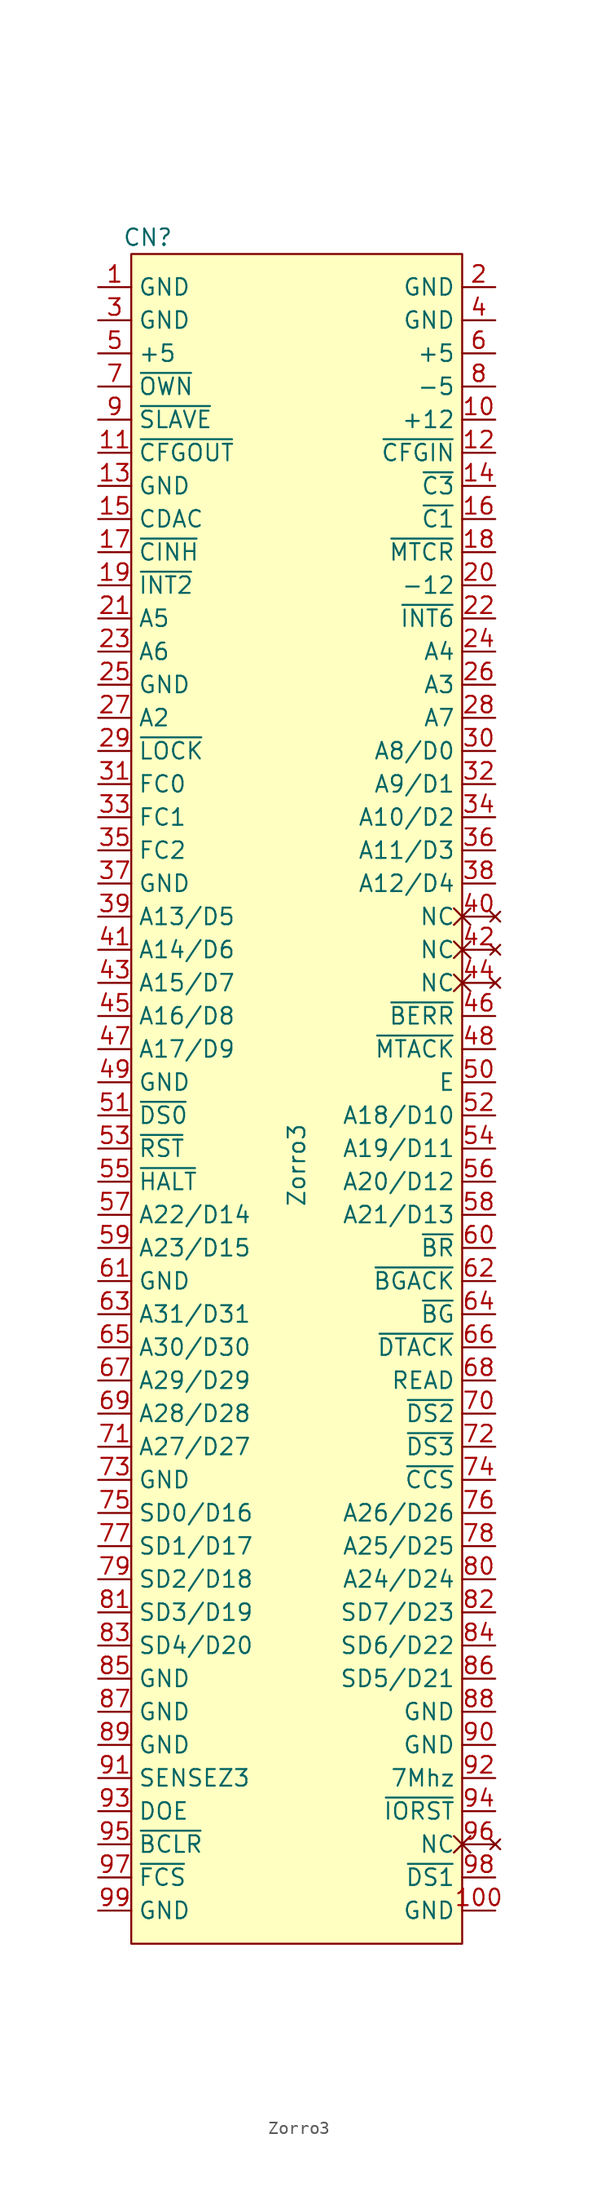
<source format=kicad_sym>
(kicad_symbol_lib
  (version 20211014)
  (generator kicad_symbol_editor)
  (symbol "Zorro3"
    (property "Reference" "CN"
      (at 1.27 1.27 0)
      (effects (font (size 1.27 1.27))))
    (property "Value" "Zorro3"
      (at 12.7 -69.85 90)
      (effects (font (size 1.27 1.27))))
    (symbol "Zorro3_0_1"
      (rectangle (start 0 0) (end 25.4 -129.54) (stroke (width 0) (type default) (color 0 0 0 0)) (fill (type background))))
    (symbol "Zorro3_1_1"
      (pin power_out line (at -2.54 -2.54 0) (length 2.54) (name "GND" (effects (font (size 1.27 1.27)))) (number "1" (effects (font (size 1.27 1.27)))))
      (pin power_out line (at 27.94 -12.7 180) (length 2.54) (name "+12" (effects (font (size 1.27 1.27)))) (number "10" (effects (font (size 1.27 1.27)))))
      (pin power_out line (at 27.94 -127 180) (length 2.54) (name "GND" (effects (font (size 1.27 1.27)))) (number "100" (effects (font (size 1.27 1.27)))))
      (pin input line (at -2.54 -15.24 0) (length 2.54) (name "~{CFGOUT}" (effects (font (size 1.27 1.27)))) (number "11" (effects (font (size 1.27 1.27)))))
      (pin output line (at 27.94 -15.24 180) (length 2.54) (name "~{CFGIN}" (effects (font (size 1.27 1.27)))) (number "12" (effects (font (size 1.27 1.27)))))
      (pin power_out line (at -2.54 -17.78 0) (length 2.54) (name "GND" (effects (font (size 1.27 1.27)))) (number "13" (effects (font (size 1.27 1.27)))))
      (pin output line (at 27.94 -17.78 180) (length 2.54) (name "~{C3}" (effects (font (size 1.27 1.27)))) (number "14" (effects (font (size 1.27 1.27)))))
      (pin output line (at -2.54 -20.32 0) (length 2.54) (name "CDAC" (effects (font (size 1.27 1.27)))) (number "15" (effects (font (size 1.27 1.27)))))
      (pin output line (at 27.94 -20.32 180) (length 2.54) (name "~{C1}" (effects (font (size 1.27 1.27)))) (number "16" (effects (font (size 1.27 1.27)))))
      (pin input line (at -2.54 -22.86 0) (length 2.54) (name "~{CINH}" (effects (font (size 1.27 1.27)))) (number "17" (effects (font (size 1.27 1.27)))))
      (pin output line (at 27.94 -22.86 180) (length 2.54) (name "~{MTCR}" (effects (font (size 1.27 1.27)))) (number "18" (effects (font (size 1.27 1.27)))))
      (pin input line (at -2.54 -25.4 0) (length 2.54) (name "~{INT2}" (effects (font (size 1.27 1.27)))) (number "19" (effects (font (size 1.27 1.27)))))
      (pin power_out line (at 27.94 -2.54 180) (length 2.54) (name "GND" (effects (font (size 1.27 1.27)))) (number "2" (effects (font (size 1.27 1.27)))))
      (pin power_out line (at 27.94 -25.4 180) (length 2.54) (name "-12" (effects (font (size 1.27 1.27)))) (number "20" (effects (font (size 1.27 1.27)))))
      (pin output line (at -2.54 -27.94 0) (length 2.54) (name "A5" (effects (font (size 1.27 1.27)))) (number "21" (effects (font (size 1.27 1.27)))))
      (pin input line (at 27.94 -27.94 180) (length 2.54) (name "~{INT6}" (effects (font (size 1.27 1.27)))) (number "22" (effects (font (size 1.27 1.27)))))
      (pin output line (at -2.54 -30.48 0) (length 2.54) (name "A6" (effects (font (size 1.27 1.27)))) (number "23" (effects (font (size 1.27 1.27)))))
      (pin output line (at 27.94 -30.48 180) (length 2.54) (name "A4" (effects (font (size 1.27 1.27)))) (number "24" (effects (font (size 1.27 1.27)))))
      (pin power_out line (at -2.54 -33.02 0) (length 2.54) (name "GND" (effects (font (size 1.27 1.27)))) (number "25" (effects (font (size 1.27 1.27)))))
      (pin output line (at 27.94 -33.02 180) (length 2.54) (name "A3" (effects (font (size 1.27 1.27)))) (number "26" (effects (font (size 1.27 1.27)))))
      (pin output line (at -2.54 -35.56 0) (length 2.54) (name "A2" (effects (font (size 1.27 1.27)))) (number "27" (effects (font (size 1.27 1.27)))))
      (pin output line (at 27.94 -35.56 180) (length 2.54) (name "A7" (effects (font (size 1.27 1.27)))) (number "28" (effects (font (size 1.27 1.27)))))
      (pin input line (at -2.54 -38.1 0) (length 2.54) (name "~{LOCK}" (effects (font (size 1.27 1.27)))) (number "29" (effects (font (size 1.27 1.27)))))
      (pin power_out line (at -2.54 -5.08 0) (length 2.54) (name "GND" (effects (font (size 1.27 1.27)))) (number "3" (effects (font (size 1.27 1.27)))))
      (pin bidirectional line (at 27.94 -38.1 180) (length 2.54) (name "A8/D0" (effects (font (size 1.27 1.27)))) (number "30" (effects (font (size 1.27 1.27)))))
      (pin output line (at -2.54 -40.64 0) (length 2.54) (name "FC0" (effects (font (size 1.27 1.27)))) (number "31" (effects (font (size 1.27 1.27)))))
      (pin bidirectional line (at 27.94 -40.64 180) (length 2.54) (name "A9/D1" (effects (font (size 1.27 1.27)))) (number "32" (effects (font (size 1.27 1.27)))))
      (pin output line (at -2.54 -43.18 0) (length 2.54) (name "FC1" (effects (font (size 1.27 1.27)))) (number "33" (effects (font (size 1.27 1.27)))))
      (pin bidirectional line (at 27.94 -43.18 180) (length 2.54) (name "A10/D2" (effects (font (size 1.27 1.27)))) (number "34" (effects (font (size 1.27 1.27)))))
      (pin output line (at -2.54 -45.72 0) (length 2.54) (name "FC2" (effects (font (size 1.27 1.27)))) (number "35" (effects (font (size 1.27 1.27)))))
      (pin bidirectional line (at 27.94 -45.72 180) (length 2.54) (name "A11/D3" (effects (font (size 1.27 1.27)))) (number "36" (effects (font (size 1.27 1.27)))))
      (pin power_out line (at -2.54 -48.26 0) (length 2.54) (name "GND" (effects (font (size 1.27 1.27)))) (number "37" (effects (font (size 1.27 1.27)))))
      (pin bidirectional line (at 27.94 -48.26 180) (length 2.54) (name "A12/D4" (effects (font (size 1.27 1.27)))) (number "38" (effects (font (size 1.27 1.27)))))
      (pin bidirectional line (at -2.54 -50.8 0) (length 2.54) (name "A13/D5" (effects (font (size 1.27 1.27)))) (number "39" (effects (font (size 1.27 1.27)))))
      (pin power_out line (at 27.94 -5.08 180) (length 2.54) (name "GND" (effects (font (size 1.27 1.27)))) (number "4" (effects (font (size 1.27 1.27)))))
      (pin no_connect non_logic (at 27.94 -50.8 180) (length 2.54) (name "NC" (effects (font (size 1.27 1.27)))) (number "40" (effects (font (size 1.27 1.27)))))
      (pin bidirectional line (at -2.54 -53.34 0) (length 2.54) (name "A14/D6" (effects (font (size 1.27 1.27)))) (number "41" (effects (font (size 1.27 1.27)))))
      (pin no_connect non_logic (at 27.94 -53.34 180) (length 2.54) (name "NC" (effects (font (size 1.27 1.27)))) (number "42" (effects (font (size 1.27 1.27)))))
      (pin bidirectional line (at -2.54 -55.88 0) (length 2.54) (name "A15/D7" (effects (font (size 1.27 1.27)))) (number "43" (effects (font (size 1.27 1.27)))))
      (pin no_connect non_logic (at 27.94 -55.88 180) (length 2.54) (name "NC" (effects (font (size 1.27 1.27)))) (number "44" (effects (font (size 1.27 1.27)))))
      (pin bidirectional line (at -2.54 -58.42 0) (length 2.54) (name "A16/D8" (effects (font (size 1.27 1.27)))) (number "45" (effects (font (size 1.27 1.27)))))
      (pin output line (at 27.94 -58.42 180) (length 2.54) (name "~{BERR}" (effects (font (size 1.27 1.27)))) (number "46" (effects (font (size 1.27 1.27)))))
      (pin bidirectional line (at -2.54 -60.96 0) (length 2.54) (name "A17/D9" (effects (font (size 1.27 1.27)))) (number "47" (effects (font (size 1.27 1.27)))))
      (pin input line (at 27.94 -60.96 180) (length 2.54) (name "~{MTACK}" (effects (font (size 1.27 1.27)))) (number "48" (effects (font (size 1.27 1.27)))))
      (pin power_out line (at -2.54 -63.5 0) (length 2.54) (name "GND" (effects (font (size 1.27 1.27)))) (number "49" (effects (font (size 1.27 1.27)))))
      (pin power_out line (at -2.54 -7.62 0) (length 2.54) (name "+5" (effects (font (size 1.27 1.27)))) (number "5" (effects (font (size 1.27 1.27)))))
      (pin output line (at 27.94 -63.5 180) (length 2.54) (name "E" (effects (font (size 1.27 1.27)))) (number "50" (effects (font (size 1.27 1.27)))))
      (pin output line (at -2.54 -66.04 0) (length 2.54) (name "~{DS0}" (effects (font (size 1.27 1.27)))) (number "51" (effects (font (size 1.27 1.27)))))
      (pin bidirectional line (at 27.94 -66.04 180) (length 2.54) (name "A18/D10" (effects (font (size 1.27 1.27)))) (number "52" (effects (font (size 1.27 1.27)))))
      (pin output line (at -2.54 -68.58 0) (length 2.54) (name "~{RST}" (effects (font (size 1.27 1.27)))) (number "53" (effects (font (size 1.27 1.27)))))
      (pin bidirectional line (at 27.94 -68.58 180) (length 2.54) (name "A19/D11" (effects (font (size 1.27 1.27)))) (number "54" (effects (font (size 1.27 1.27)))))
      (pin output line (at -2.54 -71.12 0) (length 2.54) (name "~{HALT}" (effects (font (size 1.27 1.27)))) (number "55" (effects (font (size 1.27 1.27)))))
      (pin bidirectional line (at 27.94 -71.12 180) (length 2.54) (name "A20/D12" (effects (font (size 1.27 1.27)))) (number "56" (effects (font (size 1.27 1.27)))))
      (pin bidirectional line (at -2.54 -73.66 0) (length 2.54) (name "A22/D14" (effects (font (size 1.27 1.27)))) (number "57" (effects (font (size 1.27 1.27)))))
      (pin bidirectional line (at 27.94 -73.66 180) (length 2.54) (name "A21/D13" (effects (font (size 1.27 1.27)))) (number "58" (effects (font (size 1.27 1.27)))))
      (pin bidirectional line (at -2.54 -76.2 0) (length 2.54) (name "A23/D15" (effects (font (size 1.27 1.27)))) (number "59" (effects (font (size 1.27 1.27)))))
      (pin power_out line (at 27.94 -7.62 180) (length 2.54) (name "+5" (effects (font (size 1.27 1.27)))) (number "6" (effects (font (size 1.27 1.27)))))
      (pin input line (at 27.94 -76.2 180) (length 2.54) (name "~{BR}" (effects (font (size 1.27 1.27)))) (number "60" (effects (font (size 1.27 1.27)))))
      (pin power_out line (at -2.54 -78.74 0) (length 2.54) (name "GND" (effects (font (size 1.27 1.27)))) (number "61" (effects (font (size 1.27 1.27)))))
      (pin input line (at 27.94 -78.74 180) (length 2.54) (name "~{BGACK}" (effects (font (size 1.27 1.27)))) (number "62" (effects (font (size 1.27 1.27)))))
      (pin bidirectional line (at -2.54 -81.28 0) (length 2.54) (name "A31/D31" (effects (font (size 1.27 1.27)))) (number "63" (effects (font (size 1.27 1.27)))))
      (pin output line (at 27.94 -81.28 180) (length 2.54) (name "~{BG}" (effects (font (size 1.27 1.27)))) (number "64" (effects (font (size 1.27 1.27)))))
      (pin bidirectional line (at -2.54 -83.82 0) (length 2.54) (name "A30/D30" (effects (font (size 1.27 1.27)))) (number "65" (effects (font (size 1.27 1.27)))))
      (pin input line (at 27.94 -83.82 180) (length 2.54) (name "~{DTACK}" (effects (font (size 1.27 1.27)))) (number "66" (effects (font (size 1.27 1.27)))))
      (pin bidirectional line (at -2.54 -86.36 0) (length 2.54) (name "A29/D29" (effects (font (size 1.27 1.27)))) (number "67" (effects (font (size 1.27 1.27)))))
      (pin output line (at 27.94 -86.36 180) (length 2.54) (name "READ" (effects (font (size 1.27 1.27)))) (number "68" (effects (font (size 1.27 1.27)))))
      (pin bidirectional line (at -2.54 -88.9 0) (length 2.54) (name "A28/D28" (effects (font (size 1.27 1.27)))) (number "69" (effects (font (size 1.27 1.27)))))
      (pin input line (at -2.54 -10.16 0) (length 2.54) (name "~{OWN}" (effects (font (size 1.27 1.27)))) (number "7" (effects (font (size 1.27 1.27)))))
      (pin output line (at 27.94 -88.9 180) (length 2.54) (name "~{DS2}" (effects (font (size 1.27 1.27)))) (number "70" (effects (font (size 1.27 1.27)))))
      (pin bidirectional line (at -2.54 -91.44 0) (length 2.54) (name "A27/D27" (effects (font (size 1.27 1.27)))) (number "71" (effects (font (size 1.27 1.27)))))
      (pin output line (at 27.94 -91.44 180) (length 2.54) (name "~{DS3}" (effects (font (size 1.27 1.27)))) (number "72" (effects (font (size 1.27 1.27)))))
      (pin power_out line (at -2.54 -93.98 0) (length 2.54) (name "GND" (effects (font (size 1.27 1.27)))) (number "73" (effects (font (size 1.27 1.27)))))
      (pin output line (at 27.94 -93.98 180) (length 2.54) (name "~{CCS}" (effects (font (size 1.27 1.27)))) (number "74" (effects (font (size 1.27 1.27)))))
      (pin bidirectional line (at -2.54 -96.52 0) (length 2.54) (name "SD0/D16" (effects (font (size 1.27 1.27)))) (number "75" (effects (font (size 1.27 1.27)))))
      (pin bidirectional line (at 27.94 -96.52 180) (length 2.54) (name "A26/D26" (effects (font (size 1.27 1.27)))) (number "76" (effects (font (size 1.27 1.27)))))
      (pin bidirectional line (at -2.54 -99.06 0) (length 2.54) (name "SD1/D17" (effects (font (size 1.27 1.27)))) (number "77" (effects (font (size 1.27 1.27)))))
      (pin bidirectional line (at 27.94 -99.06 180) (length 2.54) (name "A25/D25" (effects (font (size 1.27 1.27)))) (number "78" (effects (font (size 1.27 1.27)))))
      (pin bidirectional line (at -2.54 -101.6 0) (length 2.54) (name "SD2/D18" (effects (font (size 1.27 1.27)))) (number "79" (effects (font (size 1.27 1.27)))))
      (pin power_out line (at 27.94 -10.16 180) (length 2.54) (name "-5" (effects (font (size 1.27 1.27)))) (number "8" (effects (font (size 1.27 1.27)))))
      (pin bidirectional line (at 27.94 -101.6 180) (length 2.54) (name "A24/D24" (effects (font (size 1.27 1.27)))) (number "80" (effects (font (size 1.27 1.27)))))
      (pin bidirectional line (at -2.54 -104.14 0) (length 2.54) (name "SD3/D19" (effects (font (size 1.27 1.27)))) (number "81" (effects (font (size 1.27 1.27)))))
      (pin bidirectional line (at 27.94 -104.14 180) (length 2.54) (name "SD7/D23" (effects (font (size 1.27 1.27)))) (number "82" (effects (font (size 1.27 1.27)))))
      (pin bidirectional line (at -2.54 -106.68 0) (length 2.54) (name "SD4/D20" (effects (font (size 1.27 1.27)))) (number "83" (effects (font (size 1.27 1.27)))))
      (pin bidirectional line (at 27.94 -106.68 180) (length 2.54) (name "SD6/D22" (effects (font (size 1.27 1.27)))) (number "84" (effects (font (size 1.27 1.27)))))
      (pin power_out line (at -2.54 -109.22 0) (length 2.54) (name "GND" (effects (font (size 1.27 1.27)))) (number "85" (effects (font (size 1.27 1.27)))))
      (pin bidirectional line (at 27.94 -109.22 180) (length 2.54) (name "SD5/D21" (effects (font (size 1.27 1.27)))) (number "86" (effects (font (size 1.27 1.27)))))
      (pin power_out line (at -2.54 -111.76 0) (length 2.54) (name "GND" (effects (font (size 1.27 1.27)))) (number "87" (effects (font (size 1.27 1.27)))))
      (pin power_out line (at 27.94 -111.76 180) (length 2.54) (name "GND" (effects (font (size 1.27 1.27)))) (number "88" (effects (font (size 1.27 1.27)))))
      (pin power_out line (at -2.54 -114.3 0) (length 2.54) (name "GND" (effects (font (size 1.27 1.27)))) (number "89" (effects (font (size 1.27 1.27)))))
      (pin input line (at -2.54 -12.7 0) (length 2.54) (name "~{SLAVE}" (effects (font (size 1.27 1.27)))) (number "9" (effects (font (size 1.27 1.27)))))
      (pin power_out line (at 27.94 -114.3 180) (length 2.54) (name "GND" (effects (font (size 1.27 1.27)))) (number "90" (effects (font (size 1.27 1.27)))))
      (pin output line (at -2.54 -116.84 0) (length 2.54) (name "SENSEZ3" (effects (font (size 1.27 1.27)))) (number "91" (effects (font (size 1.27 1.27)))))
      (pin output line (at 27.94 -116.84 180) (length 2.54) (name "7Mhz" (effects (font (size 1.27 1.27)))) (number "92" (effects (font (size 1.27 1.27)))))
      (pin output line (at -2.54 -119.38 0) (length 2.54) (name "DOE" (effects (font (size 1.27 1.27)))) (number "93" (effects (font (size 1.27 1.27)))))
      (pin bidirectional line (at 27.94 -119.38 180) (length 2.54) (name "~{IORST}" (effects (font (size 1.27 1.27)))) (number "94" (effects (font (size 1.27 1.27)))))
      (pin output line (at -2.54 -121.92 0) (length 2.54) (name "~{BCLR}" (effects (font (size 1.27 1.27)))) (number "95" (effects (font (size 1.27 1.27)))))
      (pin no_connect non_logic (at 27.94 -121.92 180) (length 2.54) (name "NC" (effects (font (size 1.27 1.27)))) (number "96" (effects (font (size 1.27 1.27)))))
      (pin output line (at -2.54 -124.46 0) (length 2.54) (name "~{FCS}" (effects (font (size 1.27 1.27)))) (number "97" (effects (font (size 1.27 1.27)))))
      (pin output line (at 27.94 -124.46 180) (length 2.54) (name "~{DS1}" (effects (font (size 1.27 1.27)))) (number "98" (effects (font (size 1.27 1.27)))))
      (pin power_out line (at -2.54 -127 0) (length 2.54) (name "GND" (effects (font (size 1.27 1.27)))) (number "99" (effects (font (size 1.27 1.27))))))))
</source>
